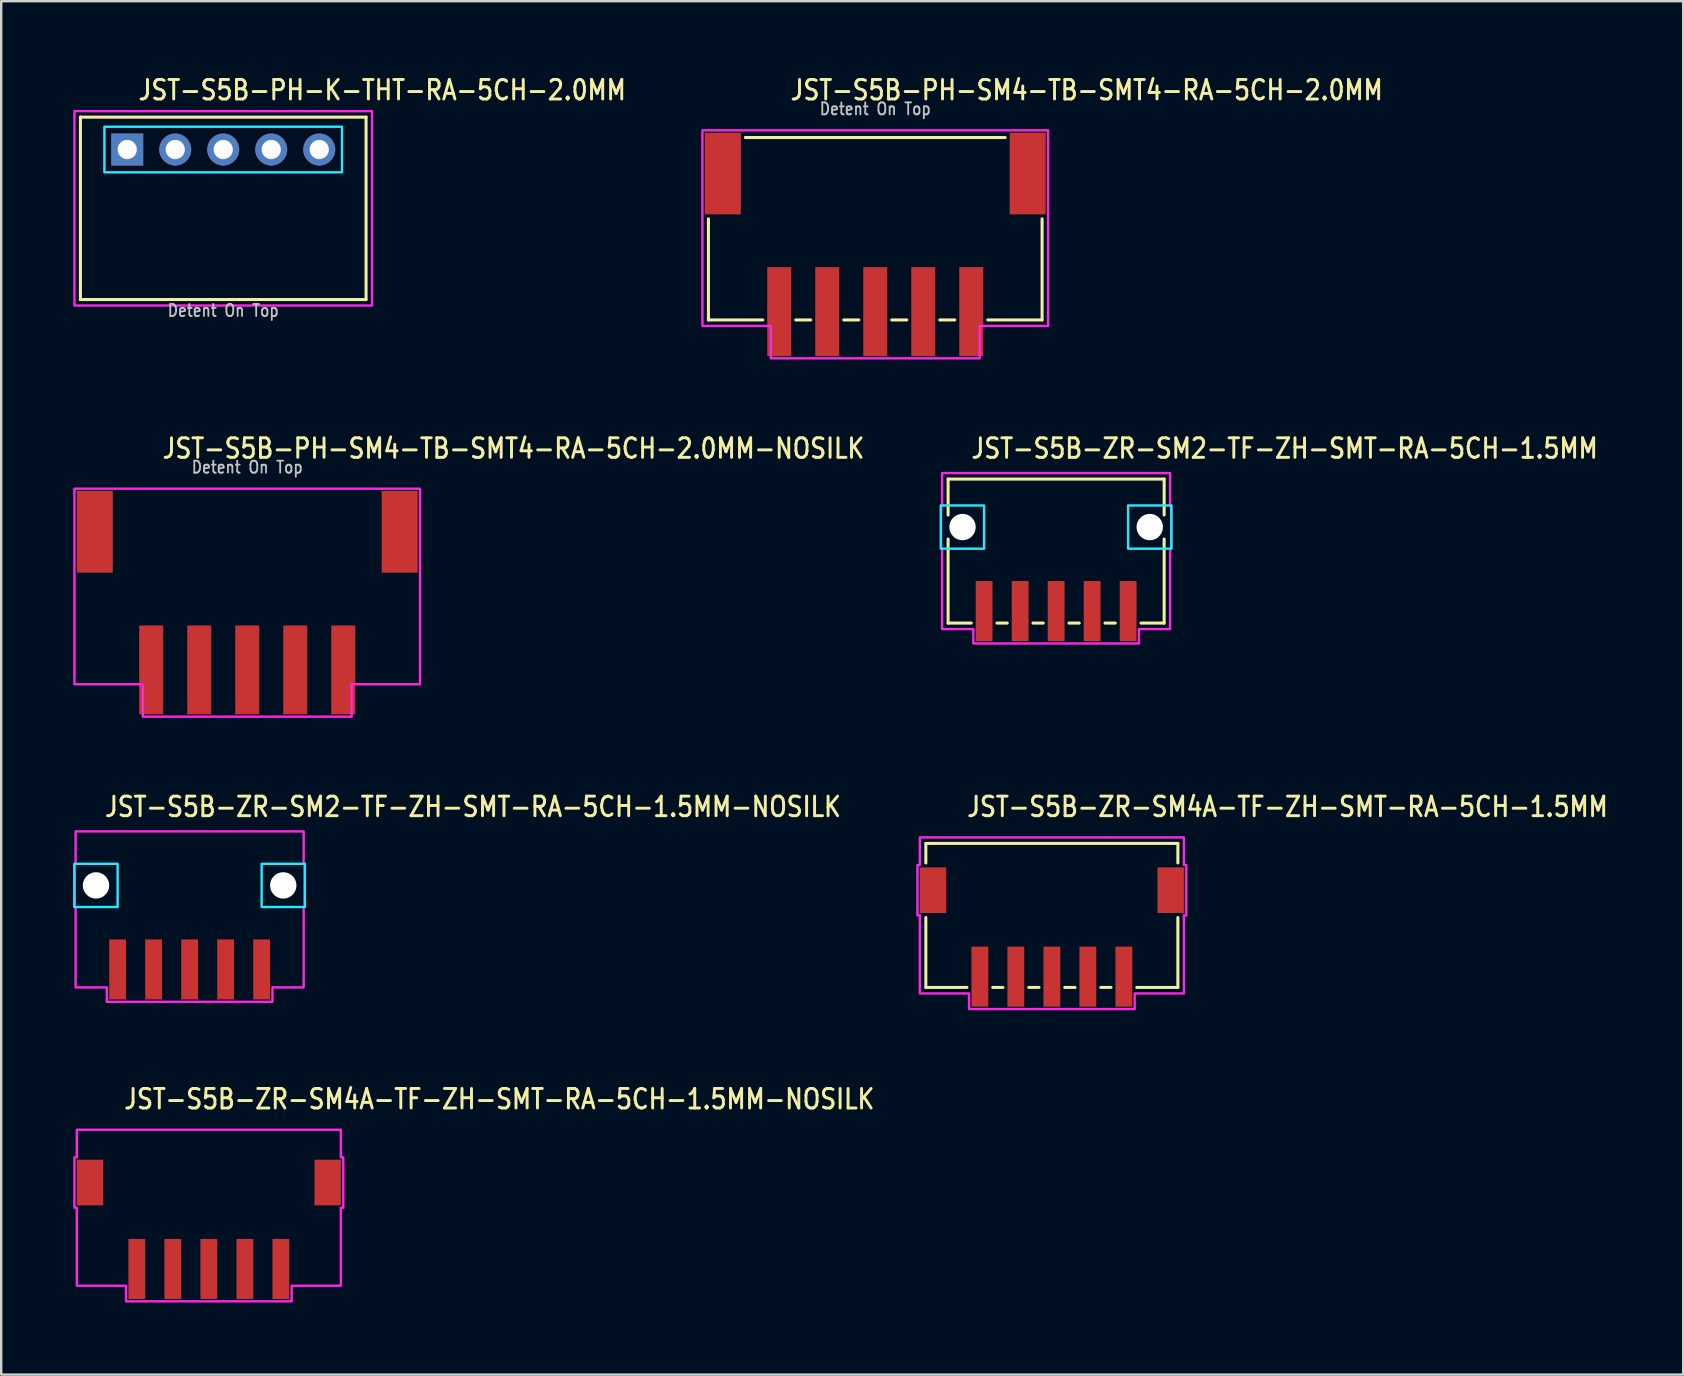
<source format=kicad_pcb>
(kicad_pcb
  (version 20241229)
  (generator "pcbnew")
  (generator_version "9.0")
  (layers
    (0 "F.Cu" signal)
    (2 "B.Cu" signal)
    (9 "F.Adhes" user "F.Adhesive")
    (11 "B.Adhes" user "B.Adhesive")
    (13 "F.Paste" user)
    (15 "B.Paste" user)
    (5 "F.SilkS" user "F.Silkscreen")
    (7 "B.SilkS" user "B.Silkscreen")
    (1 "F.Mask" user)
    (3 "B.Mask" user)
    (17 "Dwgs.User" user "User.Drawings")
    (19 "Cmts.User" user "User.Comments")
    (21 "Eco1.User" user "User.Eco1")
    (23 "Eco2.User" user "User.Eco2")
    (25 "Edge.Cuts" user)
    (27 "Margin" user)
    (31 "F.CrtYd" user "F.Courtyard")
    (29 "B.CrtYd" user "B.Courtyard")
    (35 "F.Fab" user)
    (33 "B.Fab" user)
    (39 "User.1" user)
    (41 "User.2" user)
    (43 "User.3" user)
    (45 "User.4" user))
  (footprint "JST-S5B-ZR-SM2-TF-ZH-SMT-RA-5CH-1.5MM"
    (layer "F.Cu")
    (at 40.948 18.907)
    (property "Reference" "JST-S5B-ZR-SM2-TF-ZH-SMT-RA-5CH-1.5MM" (at -3.6 -2.8 0) (unlocked yes) (layer "F.SilkS") (effects (font (size 0.813 0.695) (thickness 0.122)) (justify left bottom)))
    (fp_line (start -4.5 -2) (end -4.5 -0.5) (stroke (width 0.127) (type solid)) (layer "F.SilkS"))
    (fp_line (start -4.5 -2) (end 4.5 -2) (stroke (width 0.127) (type solid)) (layer "F.SilkS"))
    (fp_line (start -4.5 4) (end -4.5 0.5) (stroke (width 0.127) (type solid)) (layer "F.SilkS"))
    (fp_line (start -4.5 4) (end -3.537 4) (stroke (width 0.127) (type solid)) (layer "F.SilkS"))
    (fp_line (start -2.463 4) (end -2.037 4) (stroke (width 0.127) (type solid)) (layer "F.SilkS"))
    (fp_line (start -0.964 4) (end -0.536 4) (stroke (width 0.127) (type solid)) (layer "F.SilkS"))
    (fp_line (start 0.536 4) (end 0.964 4) (stroke (width 0.127) (type solid)) (layer "F.SilkS"))
    (fp_line (start 2.037 4) (end 2.463 4) (stroke (width 0.127) (type solid)) (layer "F.SilkS"))
    (fp_line (start 3.537 4) (end 4.5 4) (stroke (width 0.127) (type solid)) (layer "F.SilkS"))
    (fp_line (start 4.5 -0.5) (end 4.5 -2) (stroke (width 0.127) (type solid)) (layer "F.SilkS"))
    (fp_line (start 4.5 0.5) (end 4.5 4) (stroke (width 0.127) (type solid)) (layer "F.SilkS"))
    (fp_poly (pts (xy -4.8 -0.9) (xy -4.8 0.9) (xy -3 0.9) (xy -3 -0.9)) (stroke (width 0.1) (type solid)) (fill no) (layer "B.CrtYd"))
    (fp_poly (pts (xy 4.8 -0.9) (xy 4.8 0.9) (xy 3 0.9) (xy 3 -0.9)) (stroke (width 0.1) (type solid)) (fill no) (layer "B.CrtYd"))
    (fp_poly (pts (xy -4.75 -2.25) (xy -4.75 -0.9) (xy -4.8 -0.9) (xy -4.8 0.9) (xy -4.75 0.9) (xy -4.75 4.25) (xy -3.45 4.25) (xy -3.45 4.85) (xy 3.45 4.85) (xy 3.45 4.25) (xy 4.75 4.25) (xy 4.75 0.9) (xy 4.8 0.9) (xy 4.8 -0.9) (xy 4.75 -0.9) (xy 4.75 -2.25)) (stroke (width 0.1) (type solid)) (fill no) (layer "F.CrtYd"))
    (pad "" np_thru_hole circle (at -3.9 0) (size 1.1 1.1) (drill 1.1) (layers "*.Cu" "*.Mask"))
    (pad "" np_thru_hole circle (at 3.9 0) (size 1.1 1.1) (drill 1.1) (layers "*.Cu" "*.Mask"))
    (pad "1" smd rect (at 3 3.5) (size 0.7 2.5) (layers "F.Cu" "F.Mask" "F.Paste"))
    (pad "2" smd rect (at 1.5 3.5) (size 0.7 2.5) (layers "F.Cu" "F.Mask" "F.Paste"))
    (pad "3" smd rect (at 0 3.5) (size 0.7 2.5) (layers "F.Cu" "F.Mask" "F.Paste"))
    (pad "4" smd rect (at -1.5 3.5) (size 0.7 2.5) (layers "F.Cu" "F.Mask" "F.Paste"))
    (pad "5" smd rect (at -3 3.5) (size 0.7 2.5) (layers "F.Cu" "F.Mask" "F.Paste")))
  (footprint "JST-S5B-ZR-SM4A-TF-ZH-SMT-RA-5CH-1.5MM"
    (layer "F.Cu")
    (at 40.77 34.036)
    (property "Reference" "JST-S5B-ZR-SM4A-TF-ZH-SMT-RA-5CH-1.5MM" (at -3.6 -3 0) (unlocked yes) (layer "F.SilkS") (effects (font (size 0.813 0.695) (thickness 0.122)) (justify left bottom)))
    (fp_line (start -5.25 -1.95) (end -5.25 -1.137) (stroke (width 0.127) (type solid)) (layer "F.SilkS"))
    (fp_line (start -5.25 -1.95) (end 5.25 -1.95) (stroke (width 0.127) (type solid)) (layer "F.SilkS"))
    (fp_line (start -5.25 4.05) (end -5.25 1.137) (stroke (width 0.127) (type solid)) (layer "F.SilkS"))
    (fp_line (start -5.25 4.05) (end -3.537 4.05) (stroke (width 0.127) (type solid)) (layer "F.SilkS"))
    (fp_line (start -2.463 4.05) (end -2.037 4.05) (stroke (width 0.127) (type solid)) (layer "F.SilkS"))
    (fp_line (start -0.964 4.05) (end -0.536 4.05) (stroke (width 0.127) (type solid)) (layer "F.SilkS"))
    (fp_line (start 0.536 4.05) (end 0.964 4.05) (stroke (width 0.127) (type solid)) (layer "F.SilkS"))
    (fp_line (start 2.037 4.05) (end 2.463 4.05) (stroke (width 0.127) (type solid)) (layer "F.SilkS"))
    (fp_line (start 3.537 4.05) (end 5.25 4.05) (stroke (width 0.127) (type solid)) (layer "F.SilkS"))
    (fp_line (start 5.25 -1.137) (end 5.25 -1.95) (stroke (width 0.127) (type solid)) (layer "F.SilkS"))
    (fp_line (start 5.25 1.137) (end 5.25 4.05) (stroke (width 0.127) (type solid)) (layer "F.SilkS"))
    (fp_poly (pts (xy -5.5 -2.2) (xy -5.5 -1.05) (xy -5.6 -1.05) (xy -5.6 1.05) (xy -5.5 1.05) (xy -5.5 4.3) (xy -3.45 4.3) (xy -3.45 4.95) (xy 3.45 4.95) (xy 3.45 4.3) (xy 5.5 4.3) (xy 5.5 1.05) (xy 5.6 1.05) (xy 5.6 -1.05) (xy 5.5 -1.05) (xy 5.5 -2.2)) (stroke (width 0.1) (type solid)) (fill no) (layer "F.CrtYd"))
    (pad "1" smd rect (at 3 3.6) (size 0.7 2.5) (layers "F.Cu" "F.Mask" "F.Paste"))
    (pad "2" smd rect (at 1.5 3.6) (size 0.7 2.5) (layers "F.Cu" "F.Mask" "F.Paste"))
    (pad "3" smd rect (at 0 3.6) (size 0.7 2.5) (layers "F.Cu" "F.Mask" "F.Paste"))
    (pad "4" smd rect (at -1.5 3.6) (size 0.7 2.5) (layers "F.Cu" "F.Mask" "F.Paste"))
    (pad "5" smd rect (at -3 3.6) (size 0.7 2.5) (layers "F.Cu" "F.Mask" "F.Paste"))
    (pad "S_1" smd rect (at -4.95 0) (size 1.1 1.9) (layers "F.Cu" "F.Mask" "F.Paste"))
    (pad "S_2" smd rect (at 4.95 0) (size 1.1 1.9) (layers "F.Cu" "F.Mask" "F.Paste")))
  (footprint "JST-S5B-ZR-SM4A-TF-ZH-SMT-RA-5CH-1.5MM-NOSILK"
    (layer "F.Cu")
    (at 5.65 46.214)
    (property "Reference" "JST-S5B-ZR-SM4A-TF-ZH-SMT-RA-5CH-1.5MM-NOSILK" (at -3.6 -3 0) (unlocked yes) (layer "F.SilkS") (effects (font (size 0.813 0.695) (thickness 0.122)) (justify left bottom)))
    (fp_poly (pts (xy -5.5 -2.2) (xy -5.5 -1.05) (xy -5.6 -1.05) (xy -5.6 1.05) (xy -5.5 1.05) (xy -5.5 4.3) (xy -3.45 4.3) (xy -3.45 4.95) (xy 3.45 4.95) (xy 3.45 4.3) (xy 5.5 4.3) (xy 5.5 1.05) (xy 5.6 1.05) (xy 5.6 -1.05) (xy 5.5 -1.05) (xy 5.5 -2.2)) (stroke (width 0.1) (type solid)) (fill no) (layer "F.CrtYd"))
    (pad "1" smd rect (at 3 3.6) (size 0.7 2.5) (layers "F.Cu" "F.Mask" "F.Paste"))
    (pad "2" smd rect (at 1.5 3.6) (size 0.7 2.5) (layers "F.Cu" "F.Mask" "F.Paste"))
    (pad "3" smd rect (at 0 3.6) (size 0.7 2.5) (layers "F.Cu" "F.Mask" "F.Paste"))
    (pad "4" smd rect (at -1.5 3.6) (size 0.7 2.5) (layers "F.Cu" "F.Mask" "F.Paste"))
    (pad "5" smd rect (at -3 3.6) (size 0.7 2.5) (layers "F.Cu" "F.Mask" "F.Paste"))
    (pad "S_1" smd rect (at -4.95 0) (size 1.1 1.9) (layers "F.Cu" "F.Mask" "F.Paste"))
    (pad "S_2" smd rect (at 4.95 0) (size 1.1 1.9) (layers "F.Cu" "F.Mask" "F.Paste")))
  (footprint "JST-S5B-ZR-SM2-TF-ZH-SMT-RA-5CH-1.5MM-NOSILK"
    (layer "F.Cu")
    (at 4.85 33.836)
    (property "Reference" "JST-S5B-ZR-SM2-TF-ZH-SMT-RA-5CH-1.5MM-NOSILK" (at -3.6 -2.8 0) (unlocked yes) (layer "F.SilkS") (effects (font (size 0.813 0.695) (thickness 0.122)) (justify left bottom)))
    (fp_poly (pts (xy -4.8 -0.9) (xy -4.8 0.9) (xy -3 0.9) (xy -3 -0.9)) (stroke (width 0.1) (type solid)) (fill no) (layer "B.CrtYd"))
    (fp_poly (pts (xy 4.8 -0.9) (xy 4.8 0.9) (xy 3 0.9) (xy 3 -0.9)) (stroke (width 0.1) (type solid)) (fill no) (layer "B.CrtYd"))
    (fp_poly (pts (xy -4.75 -2.25) (xy -4.75 -0.9) (xy -4.8 -0.9) (xy -4.8 0.9) (xy -4.75 0.9) (xy -4.75 4.25) (xy -3.45 4.25) (xy -3.45 4.85) (xy 3.45 4.85) (xy 3.45 4.25) (xy 4.75 4.25) (xy 4.75 0.9) (xy 4.8 0.9) (xy 4.8 -0.9) (xy 4.75 -0.9) (xy 4.75 -2.25)) (stroke (width 0.1) (type solid)) (fill no) (layer "F.CrtYd"))
    (pad "" np_thru_hole circle (at -3.9 0) (size 1.1 1.1) (drill 1.1) (layers "*.Cu" "*.Mask"))
    (pad "" np_thru_hole circle (at 3.9 0) (size 1.1 1.1) (drill 1.1) (layers "*.Cu" "*.Mask"))
    (pad "1" smd rect (at 3 3.5) (size 0.7 2.5) (layers "F.Cu" "F.Mask" "F.Paste"))
    (pad "2" smd rect (at 1.5 3.5) (size 0.7 2.5) (layers "F.Cu" "F.Mask" "F.Paste"))
    (pad "3" smd rect (at 0 3.5) (size 0.7 2.5) (layers "F.Cu" "F.Mask" "F.Paste"))
    (pad "4" smd rect (at -1.5 3.5) (size 0.7 2.5) (layers "F.Cu" "F.Mask" "F.Paste"))
    (pad "5" smd rect (at -3 3.5) (size 0.7 2.5) (layers "F.Cu" "F.Mask" "F.Paste")))
  (footprint "JST-S5B-PH-K-THT-RA-5CH-2.0MM"
    (layer "F.Cu")
    (at 6.25 3.179)
    (property "Reference" "JST-S5B-PH-K-THT-RA-5CH-2.0MM" (at -3.6 -2 0) (unlocked yes) (layer "F.SilkS") (effects (font (size 0.813 0.695) (thickness 0.122)) (justify left bottom)))
    (fp_line (start -5.95 -1.35) (end 5.95 -1.35) (stroke (width 0.127) (type solid)) (layer "F.SilkS"))
    (fp_line (start -5.95 6.25) (end -5.95 -1.35) (stroke (width 0.127) (type solid)) (layer "F.SilkS"))
    (fp_line (start -5.95 6.25) (end 5.95 6.25) (stroke (width 0.127) (type solid)) (layer "F.SilkS"))
    (fp_line (start 5.95 -1.35) (end 5.95 6.25) (stroke (width 0.127) (type solid)) (layer "F.SilkS"))
    (fp_poly (pts (xy -4.95 -0.95) (xy -4.95 0.95) (xy 4.95 0.95) (xy 4.95 -0.95)) (stroke (width 0.1) (type solid)) (fill no) (layer "B.CrtYd"))
    (fp_poly (pts (xy -6.2 -1.6) (xy -6.2 6.5) (xy 6.2 6.5) (xy 6.2 -1.6)) (stroke (width 0.1) (type solid)) (fill no) (layer "F.CrtYd"))
    (fp_text user "Detent On Top" (at 0 7 0) (unlocked yes) (layer "Dwgs.User") (effects (font (size 0.5 0.427) (thickness 0.075)) (justify bottom)))
    (pad "1" thru_hole rect (at -4 0) (size 1.333 1.333) (drill 0.8) (layers "*.Cu" "*.Mask"))
    (pad "2" thru_hole oval (at -2 0) (size 1.333 1.333) (drill 0.8) (layers "*.Cu" "*.Mask"))
    (pad "3" thru_hole oval (at 0 0) (size 1.333 1.333) (drill 0.8) (layers "*.Cu" "*.Mask"))
    (pad "4" thru_hole oval (at 2 0) (size 1.333 1.333) (drill 0.8) (layers "*.Cu" "*.Mask"))
    (pad "5" thru_hole oval (at 4 0) (size 1.333 1.333) (drill 0.8) (layers "*.Cu" "*.Mask")))
  (footprint "JST-S5B-PH-SM4-TB-SMT4-RA-5CH-2.0MM-NOSILK"
    (layer "F.Cu")
    (at 7.25 19.107)
    (property "Reference" "JST-S5B-PH-SM4-TB-SMT4-RA-5CH-2.0MM-NOSILK" (at -3.6 -3 0) (unlocked yes) (layer "F.SilkS") (effects (font (size 0.813 0.695) (thickness 0.122)) (justify left bottom)))
    (fp_poly (pts (xy -7.2 -1.8) (xy -7.2 6.35) (xy -4.35 6.35) (xy -4.35 7.7) (xy 4.35 7.7) (xy 4.35 6.35) (xy 7.2 6.35) (xy 7.2 -1.8)) (stroke (width 0.1) (type solid)) (fill no) (layer "F.CrtYd"))
    (fp_text user "Detent On Top" (at 0 -2.4 0) (unlocked yes) (layer "Dwgs.User") (effects (font (size 0.5 0.427) (thickness 0.075)) (justify bottom)))
    (pad "1" smd rect (at 4 5.75) (size 1 3.7) (layers "F.Cu" "F.Mask" "F.Paste"))
    (pad "2" smd rect (at 2 5.75) (size 1 3.7) (layers "F.Cu" "F.Mask" "F.Paste"))
    (pad "3" smd rect (at 0 5.75) (size 1 3.7) (layers "F.Cu" "F.Mask" "F.Paste"))
    (pad "4" smd rect (at -2 5.75) (size 1 3.7) (layers "F.Cu" "F.Mask" "F.Paste"))
    (pad "5" smd rect (at -4 5.75) (size 1 3.7) (layers "F.Cu" "F.Mask" "F.Paste"))
    (pad "S_1" smd rect (at -6.35 0) (size 1.5 3.4) (layers "F.Cu" "F.Mask" "F.Paste"))
    (pad "S_2" smd rect (at 6.35 0) (size 1.5 3.4) (layers "F.Cu" "F.Mask" "F.Paste")))
  (footprint "JST-S5B-PH-SM4-TB-SMT4-RA-5CH-2.0MM"
    (layer "F.Cu")
    (at 33.413 4.179)
    (property "Reference" "JST-S5B-PH-SM4-TB-SMT4-RA-5CH-2.0MM" (at -3.6 -3 0) (unlocked yes) (layer "F.SilkS") (effects (font (size 0.813 0.695) (thickness 0.122)) (justify left bottom)))
    (fp_line (start -6.95 6.1) (end -6.95 1.887) (stroke (width 0.127) (type solid)) (layer "F.SilkS"))
    (fp_line (start -6.95 6.1) (end -4.686 6.1) (stroke (width 0.127) (type solid)) (layer "F.SilkS"))
    (fp_line (start -5.413 -1.5) (end 5.413 -1.5) (stroke (width 0.127) (type solid)) (layer "F.SilkS"))
    (fp_line (start -3.313 6.1) (end -2.687 6.1) (stroke (width 0.127) (type solid)) (layer "F.SilkS"))
    (fp_line (start -1.313 6.1) (end -0.686 6.1) (stroke (width 0.127) (type solid)) (layer "F.SilkS"))
    (fp_line (start 0.686 6.1) (end 1.313 6.1) (stroke (width 0.127) (type solid)) (layer "F.SilkS"))
    (fp_line (start 2.687 6.1) (end 3.313 6.1) (stroke (width 0.127) (type solid)) (layer "F.SilkS"))
    (fp_line (start 4.686 6.1) (end 6.95 6.1) (stroke (width 0.127) (type solid)) (layer "F.SilkS"))
    (fp_line (start 6.95 1.887) (end 6.95 6.1) (stroke (width 0.127) (type solid)) (layer "F.SilkS"))
    (fp_poly (pts (xy -7.2 -1.8) (xy -7.2 6.35) (xy -4.35 6.35) (xy -4.35 7.7) (xy 4.35 7.7) (xy 4.35 6.35) (xy 7.2 6.35) (xy 7.2 -1.8)) (stroke (width 0.1) (type solid)) (fill no) (layer "F.CrtYd"))
    (fp_text user "Detent On Top" (at 0 -2.4 0) (unlocked yes) (layer "Dwgs.User") (effects (font (size 0.5 0.427) (thickness 0.075)) (justify bottom)))
    (pad "1" smd rect (at 4 5.75) (size 1 3.7) (layers "F.Cu" "F.Mask" "F.Paste"))
    (pad "2" smd rect (at 2 5.75) (size 1 3.7) (layers "F.Cu" "F.Mask" "F.Paste"))
    (pad "3" smd rect (at 0 5.75) (size 1 3.7) (layers "F.Cu" "F.Mask" "F.Paste"))
    (pad "4" smd rect (at -2 5.75) (size 1 3.7) (layers "F.Cu" "F.Mask" "F.Paste"))
    (pad "5" smd rect (at -4 5.75) (size 1 3.7) (layers "F.Cu" "F.Mask" "F.Paste"))
    (pad "S_1" smd rect (at -6.35 0) (size 1.5 3.4) (layers "F.Cu" "F.Mask" "F.Paste"))
    (pad "S_2" smd rect (at 6.35 0) (size 1.5 3.4) (layers "F.Cu" "F.Mask" "F.Paste")))
  (gr_rect
    (start -3 -3)
    (end 67.07 54.214)
    (stroke (width 0.1) (type default))
    (fill no)
    (layer "Edge.Cuts")))
</source>
